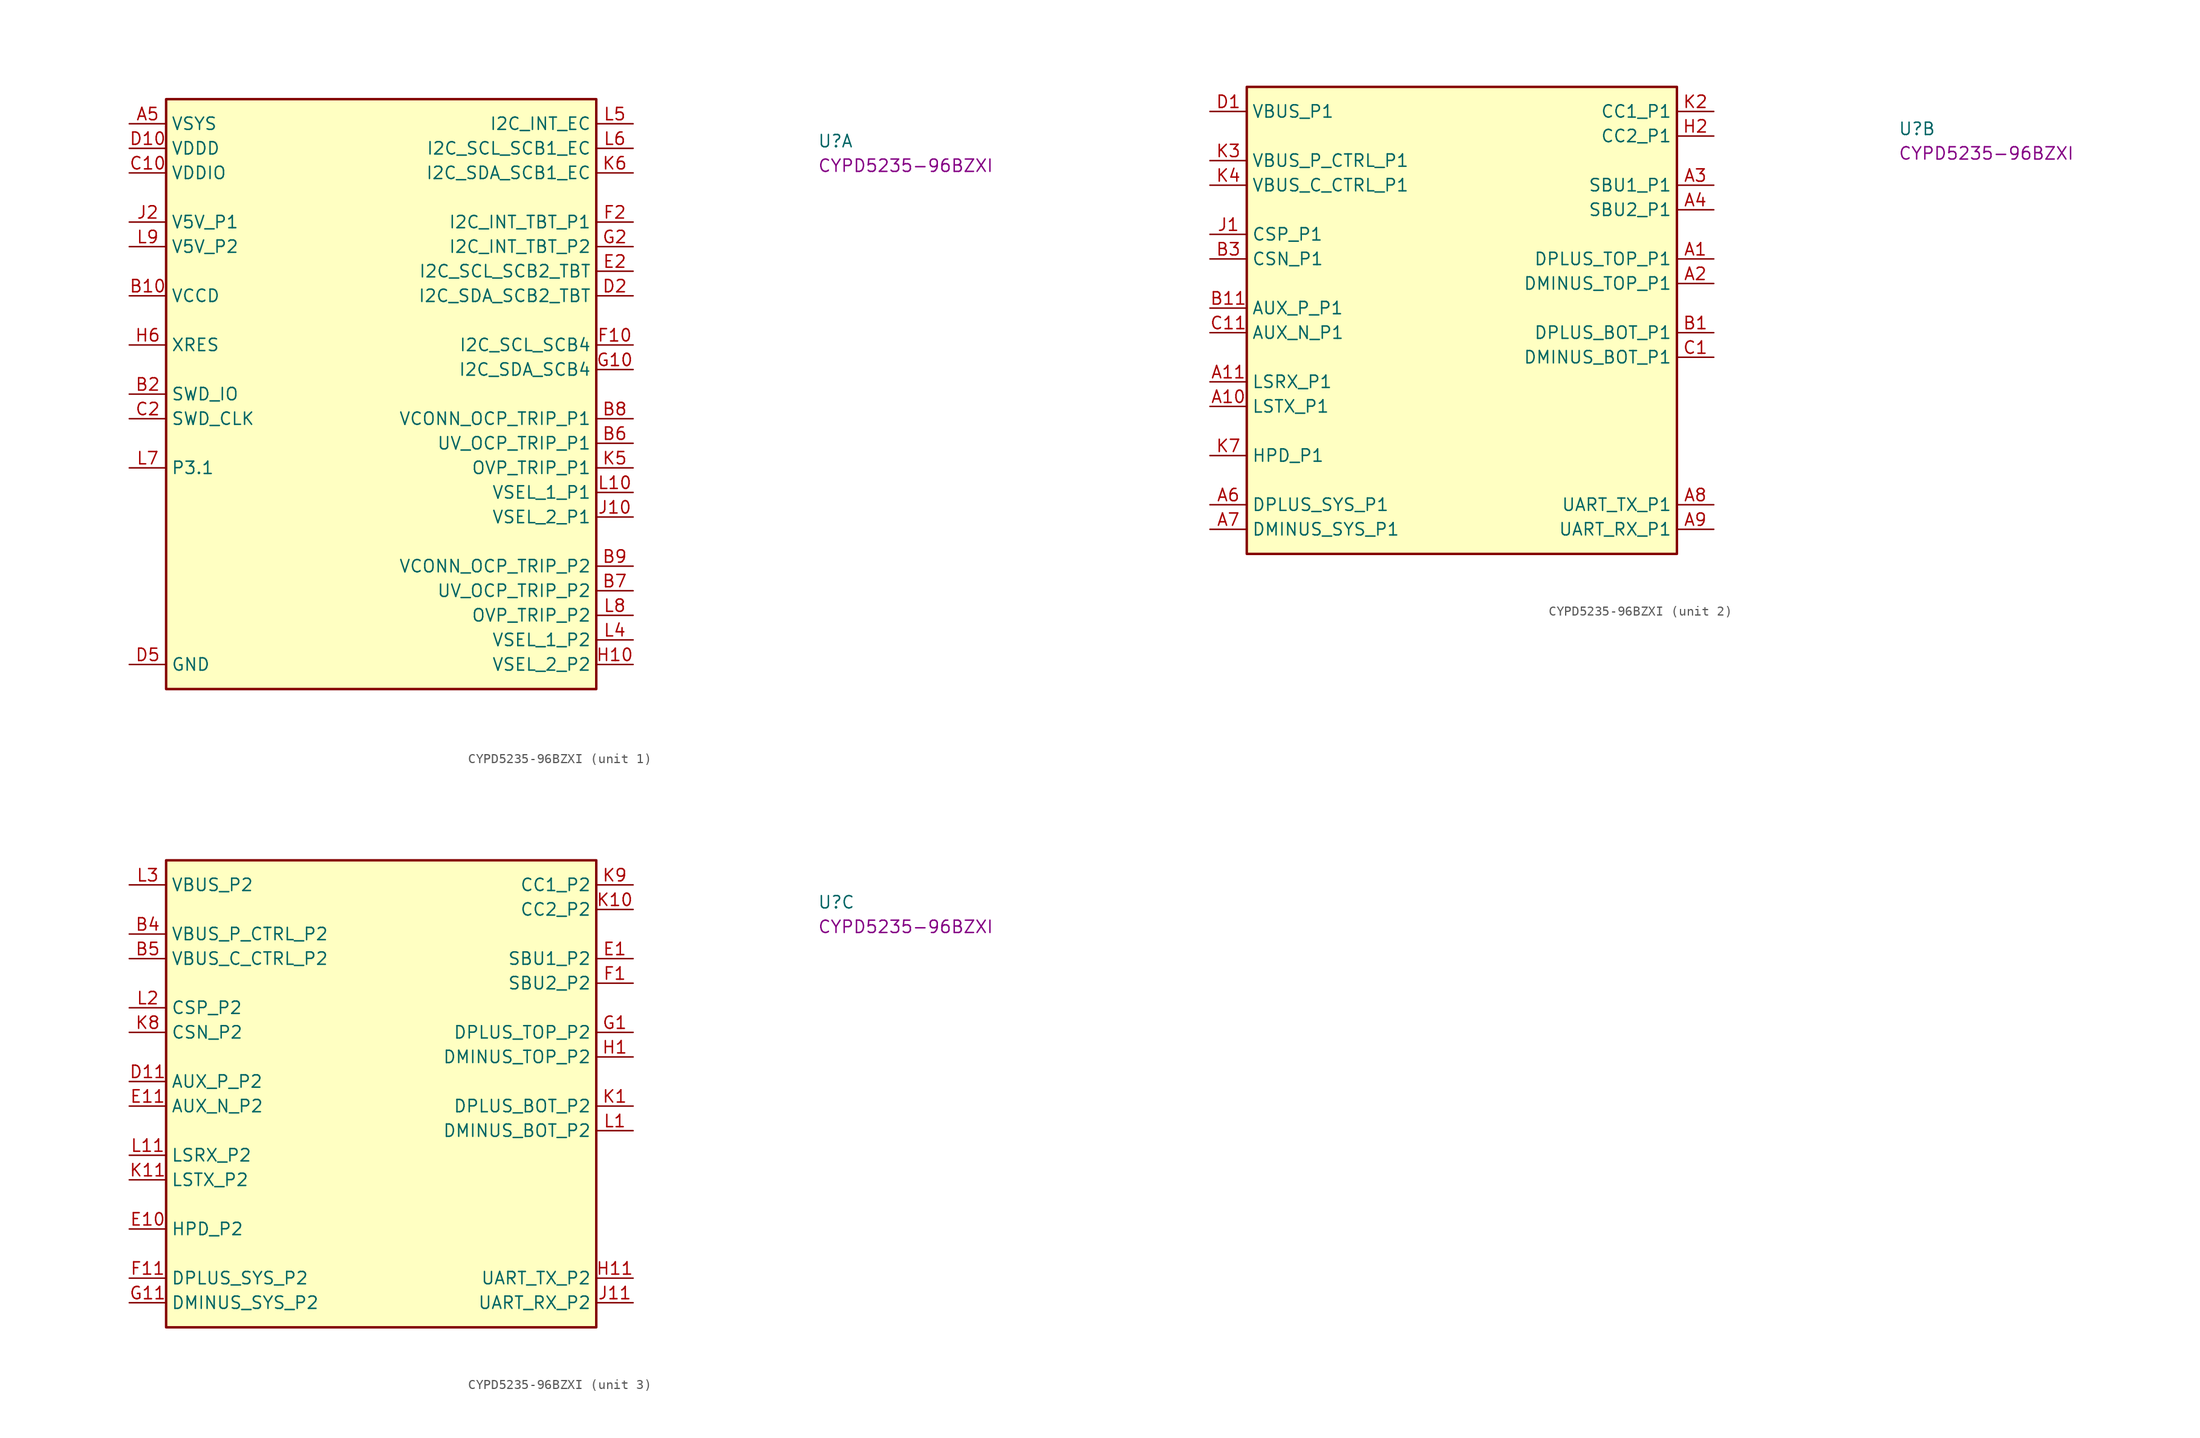
<source format=kicad_sym>
(kicad_symbol_lib
  (version 20220914)
  (generator kicad_symbol_editor)
  (symbol "CYPD5235-96BZXI"
    (property "Reference" "U"
      (at 71.12 -2.54 0)
      (effects (font (size 1.27 1.27) (thickness 0.15)) (justify left bottom)))
    (property "MPN" "CYPD5235-96BZXI"
      (at 71.12 -5.08 0)
      (effects (font (size 1.27 1.27) (thickness 0.15)) (justify left bottom)))
    (property "ki_locked" ""
      (at 0 0 0)
      (effects (font (size 1.27 1.27))))
    (symbol "CYPD5235-96BZXI_1_1"
      (rectangle (start 3.81 2.54) (end 48.26 -58.42) (stroke (width 0.254) (type default)) (fill (type background)))
      (pin power_in line (at 0 0 0) (length 3.81) (name "VSYS" (effects (font (size 1.27 1.27)))) (number "A5" (effects (font (size 1.27 1.27)))))
      (pin power_out line (at 0 -17.78 0) (length 3.81) (name "VCCD" (effects (font (size 1.27 1.27)))) (number "B10" (effects (font (size 1.27 1.27)))))
      (pin bidirectional line (at 0 -27.94 0) (length 3.81) (name "SWD_IO" (effects (font (size 1.27 1.27)))) (number "B2" (effects (font (size 1.27 1.27)))) (alternate "P1.6" passive line) (alternate "~{AR_RST}" passive line))
      (pin bidirectional line (at 52.07 -33.02 180) (length 3.81) (name "UV_OCP_TRIP_P1" (effects (font (size 1.27 1.27)))) (number "B6" (effects (font (size 1.27 1.27)))) (alternate "P1.4" passive line))
      (pin bidirectional line (at 52.07 -48.26 180) (length 3.81) (name "UV_OCP_TRIP_P2" (effects (font (size 1.27 1.27)))) (number "B7" (effects (font (size 1.27 1.27)))) (alternate "P1.5" passive line))
      (pin bidirectional line (at 52.07 -30.48 180) (length 3.81) (name "VCONN_OCP_TRIP_P1" (effects (font (size 1.27 1.27)))) (number "B8" (effects (font (size 1.27 1.27)))) (alternate "P3.5" passive line))
      (pin bidirectional line (at 52.07 -45.72 180) (length 3.81) (name "VCONN_OCP_TRIP_P2" (effects (font (size 1.27 1.27)))) (number "B9" (effects (font (size 1.27 1.27)))) (alternate "P3.3" passive line))
      (pin power_in line (at 0 -5.08 0) (length 3.81) (name "VDDIO" (effects (font (size 1.27 1.27)))) (number "C10" (effects (font (size 1.27 1.27)))))
      (pin bidirectional line (at 0 -30.48 0) (length 3.81) (name "SWD_CLK" (effects (font (size 1.27 1.27)))) (number "C2" (effects (font (size 1.27 1.27)))) (alternate "I2C_CFG_EC" passive line) (alternate "P1.0" passive line))
      (pin power_out line (at 0 -2.54 0) (length 3.81) (name "VDDD" (effects (font (size 1.27 1.27)))) (number "D10" (effects (font (size 1.27 1.27)))))
      (pin bidirectional line (at 52.07 -17.78 180) (length 3.81) (name "I2C_SDA_SCB2_TBT" (effects (font (size 1.27 1.27)))) (number "D2" (effects (font (size 1.27 1.27)))) (alternate "P1.1" passive line))
      (pin power_in line (at 0 -55.88 0) (length 3.81) (name "GND" (effects (font (size 1.27 1.27)))) (number "D5" (effects (font (size 1.27 1.27)))))
      (pin passive line (at 0 -55.88 0) (length 3.81) hide (name "GND" (effects (font (size 1.27 1.27)))) (number "D6" (effects (font (size 1.27 1.27)))))
      (pin passive line (at 0 -55.88 0) (length 3.81) hide (name "GND" (effects (font (size 1.27 1.27)))) (number "D7" (effects (font (size 1.27 1.27)))))
      (pin passive line (at 0 -55.88 0) (length 3.81) hide (name "GND" (effects (font (size 1.27 1.27)))) (number "D8" (effects (font (size 1.27 1.27)))))
      (pin bidirectional line (at 52.07 -15.24 180) (length 3.81) (name "I2C_SCL_SCB2_TBT" (effects (font (size 1.27 1.27)))) (number "E2" (effects (font (size 1.27 1.27)))) (alternate "P1.2" passive line))
      (pin passive line (at 0 -55.88 0) (length 3.81) hide (name "GND" (effects (font (size 1.27 1.27)))) (number "E4" (effects (font (size 1.27 1.27)))))
      (pin passive line (at 0 -55.88 0) (length 3.81) hide (name "GND" (effects (font (size 1.27 1.27)))) (number "E5" (effects (font (size 1.27 1.27)))))
      (pin passive line (at 0 -55.88 0) (length 3.81) hide (name "GND" (effects (font (size 1.27 1.27)))) (number "E6" (effects (font (size 1.27 1.27)))))
      (pin passive line (at 0 -55.88 0) (length 3.81) hide (name "GND" (effects (font (size 1.27 1.27)))) (number "E7" (effects (font (size 1.27 1.27)))))
      (pin passive line (at 0 -55.88 0) (length 3.81) hide (name "GND" (effects (font (size 1.27 1.27)))) (number "E8" (effects (font (size 1.27 1.27)))))
      (pin bidirectional line (at 52.07 -22.86 180) (length 3.81) (name "I2C_SCL_SCB4" (effects (font (size 1.27 1.27)))) (number "F10" (effects (font (size 1.27 1.27)))) (alternate "P2.3" passive line))
      (pin bidirectional line (at 52.07 -10.16 180) (length 3.81) (name "I2C_INT_TBT_P1" (effects (font (size 1.27 1.27)))) (number "F2" (effects (font (size 1.27 1.27)))) (alternate "P1.3" passive line))
      (pin passive line (at 0 -55.88 0) (length 3.81) hide (name "GND" (effects (font (size 1.27 1.27)))) (number "F4" (effects (font (size 1.27 1.27)))))
      (pin passive line (at 0 -55.88 0) (length 3.81) hide (name "GND" (effects (font (size 1.27 1.27)))) (number "F5" (effects (font (size 1.27 1.27)))))
      (pin passive line (at 0 -55.88 0) (length 3.81) hide (name "GND" (effects (font (size 1.27 1.27)))) (number "F6" (effects (font (size 1.27 1.27)))))
      (pin passive line (at 0 -55.88 0) (length 3.81) hide (name "GND" (effects (font (size 1.27 1.27)))) (number "F7" (effects (font (size 1.27 1.27)))))
      (pin passive line (at 0 -55.88 0) (length 3.81) hide (name "GND" (effects (font (size 1.27 1.27)))) (number "F8" (effects (font (size 1.27 1.27)))))
      (pin bidirectional line (at 52.07 -25.4 180) (length 3.81) (name "I2C_SDA_SCB4" (effects (font (size 1.27 1.27)))) (number "G10" (effects (font (size 1.27 1.27)))) (alternate "P3.2" passive line))
      (pin bidirectional line (at 52.07 -12.7 180) (length 3.81) (name "I2C_INT_TBT_P2" (effects (font (size 1.27 1.27)))) (number "G2" (effects (font (size 1.27 1.27)))) (alternate "P2.1" passive line))
      (pin passive line (at 0 -55.88 0) (length 3.81) hide (name "GND" (effects (font (size 1.27 1.27)))) (number "G4" (effects (font (size 1.27 1.27)))))
      (pin passive line (at 0 -55.88 0) (length 3.81) hide (name "GND" (effects (font (size 1.27 1.27)))) (number "G5" (effects (font (size 1.27 1.27)))))
      (pin passive line (at 0 -55.88 0) (length 3.81) hide (name "GND" (effects (font (size 1.27 1.27)))) (number "G6" (effects (font (size 1.27 1.27)))))
      (pin passive line (at 0 -55.88 0) (length 3.81) hide (name "GND" (effects (font (size 1.27 1.27)))) (number "G7" (effects (font (size 1.27 1.27)))))
      (pin no_connect line (at 3.81 -43.18 0) (length 3.81) hide (name "NC" (effects (font (size 1.27 1.27)))) (number "G8" (effects (font (size 1.27 1.27)))))
      (pin bidirectional line (at 52.07 -55.88 180) (length 3.81) (name "VSEL_2_P2" (effects (font (size 1.27 1.27)))) (number "H10" (effects (font (size 1.27 1.27)))) (alternate "P2.0" passive line))
      (pin no_connect line (at 3.81 -45.72 0) (length 3.81) hide (name "NC" (effects (font (size 1.27 1.27)))) (number "H4" (effects (font (size 1.27 1.27)))))
      (pin no_connect line (at 3.81 -48.26 0) (length 3.81) hide (name "NC" (effects (font (size 1.27 1.27)))) (number "H5" (effects (font (size 1.27 1.27)))))
      (pin input line (at 0 -22.86 0) (length 3.81) (name "XRES" (effects (font (size 1.27 1.27)))) (number "H6" (effects (font (size 1.27 1.27)))))
      (pin passive line (at 0 -55.88 0) (length 3.81) hide (name "GND" (effects (font (size 1.27 1.27)))) (number "H7" (effects (font (size 1.27 1.27)))))
      (pin no_connect line (at 3.81 -50.8 0) (length 3.81) hide (name "NC" (effects (font (size 1.27 1.27)))) (number "H8" (effects (font (size 1.27 1.27)))))
      (pin bidirectional line (at 52.07 -40.64 180) (length 3.81) (name "VSEL_2_P1" (effects (font (size 1.27 1.27)))) (number "J10" (effects (font (size 1.27 1.27)))) (alternate "P3.6" passive line) (alternate "VSEL_2_P1" passive line))
      (pin power_in line (at 0 -10.16 0) (length 3.81) (name "V5V_P1" (effects (font (size 1.27 1.27)))) (number "J2" (effects (font (size 1.27 1.27)))))
      (pin bidirectional line (at 52.07 -35.56 180) (length 3.81) (name "OVP_TRIP_P1" (effects (font (size 1.27 1.27)))) (number "K5" (effects (font (size 1.27 1.27)))) (alternate "OVP_TRIP_P1" passive line) (alternate "P2.4" passive line))
      (pin bidirectional line (at 52.07 -5.08 180) (length 3.81) (name "I2C_SDA_SCB1_EC" (effects (font (size 1.27 1.27)))) (number "K6" (effects (font (size 1.27 1.27)))) (alternate "P5.0" passive line))
      (pin bidirectional line (at 52.07 -38.1 180) (length 3.81) (name "VSEL_1_P1" (effects (font (size 1.27 1.27)))) (number "L10" (effects (font (size 1.27 1.27)))) (alternate "P3.7" passive line) (alternate "VSEL_1_P1" passive line))
      (pin bidirectional line (at 52.07 -53.34 180) (length 3.81) (name "VSEL_1_P2" (effects (font (size 1.27 1.27)))) (number "L4" (effects (font (size 1.27 1.27)))) (alternate "P0.0" passive line))
      (pin bidirectional line (at 52.07 0 180) (length 3.81) (name "I2C_INT_EC" (effects (font (size 1.27 1.27)))) (number "L5" (effects (font (size 1.27 1.27)))) (alternate "P2.5" passive line))
      (pin bidirectional line (at 52.07 -2.54 180) (length 3.81) (name "I2C_SCL_SCB1_EC" (effects (font (size 1.27 1.27)))) (number "L6" (effects (font (size 1.27 1.27)))) (alternate "P5.1" passive line))
      (pin bidirectional line (at 0 -35.56 0) (length 3.81) (name "P3.1" (effects (font (size 1.27 1.27)))) (number "L7" (effects (font (size 1.27 1.27)))))
      (pin bidirectional line (at 52.07 -50.8 180) (length 3.81) (name "OVP_TRIP_P2" (effects (font (size 1.27 1.27)))) (number "L8" (effects (font (size 1.27 1.27)))) (alternate "P2.2" passive line))
      (pin power_in line (at 0 -12.7 0) (length 3.81) (name "V5V_P2" (effects (font (size 1.27 1.27)))) (number "L9" (effects (font (size 1.27 1.27))))))
    (symbol "CYPD5235-96BZXI_2_1"
      (rectangle (start 3.81 2.54) (end 48.26 -45.72) (stroke (width 0.254) (type default)) (fill (type background)))
      (pin bidirectional line (at 52.07 -15.24 180) (length 3.81) (name "DPLUS_TOP_P1" (effects (font (size 1.27 1.27)))) (number "A1" (effects (font (size 1.27 1.27)))))
      (pin bidirectional line (at 0 -30.48 0) (length 3.81) (name "LSTX_P1" (effects (font (size 1.27 1.27)))) (number "A10" (effects (font (size 1.27 1.27)))))
      (pin bidirectional line (at 0 -27.94 0) (length 3.81) (name "LSRX_P1" (effects (font (size 1.27 1.27)))) (number "A11" (effects (font (size 1.27 1.27)))))
      (pin bidirectional line (at 52.07 -17.78 180) (length 3.81) (name "DMINUS_TOP_P1" (effects (font (size 1.27 1.27)))) (number "A2" (effects (font (size 1.27 1.27)))))
      (pin bidirectional line (at 52.07 -7.62 180) (length 3.81) (name "SBU1_P1" (effects (font (size 1.27 1.27)))) (number "A3" (effects (font (size 1.27 1.27)))))
      (pin bidirectional line (at 52.07 -10.16 180) (length 3.81) (name "SBU2_P1" (effects (font (size 1.27 1.27)))) (number "A4" (effects (font (size 1.27 1.27)))))
      (pin bidirectional line (at 0 -40.64 0) (length 3.81) (name "DPLUS_SYS_P1" (effects (font (size 1.27 1.27)))) (number "A6" (effects (font (size 1.27 1.27)))))
      (pin bidirectional line (at 0 -43.18 0) (length 3.81) (name "DMINUS_SYS_P1" (effects (font (size 1.27 1.27)))) (number "A7" (effects (font (size 1.27 1.27)))))
      (pin bidirectional line (at 52.07 -40.64 180) (length 3.81) (name "UART_TX_P1" (effects (font (size 1.27 1.27)))) (number "A8" (effects (font (size 1.27 1.27)))) (alternate "P4.0" passive line))
      (pin bidirectional line (at 52.07 -43.18 180) (length 3.81) (name "UART_RX_P1" (effects (font (size 1.27 1.27)))) (number "A9" (effects (font (size 1.27 1.27)))) (alternate "P4.1" passive line))
      (pin bidirectional line (at 52.07 -22.86 180) (length 3.81) (name "DPLUS_BOT_P1" (effects (font (size 1.27 1.27)))) (number "B1" (effects (font (size 1.27 1.27)))))
      (pin bidirectional line (at 0 -20.32 0) (length 3.81) (name "AUX_P_P1" (effects (font (size 1.27 1.27)))) (number "B11" (effects (font (size 1.27 1.27)))))
      (pin input line (at 0 -15.24 0) (length 3.81) (name "CSN_P1" (effects (font (size 1.27 1.27)))) (number "B3" (effects (font (size 1.27 1.27)))))
      (pin bidirectional line (at 52.07 -25.4 180) (length 3.81) (name "DMINUS_BOT_P1" (effects (font (size 1.27 1.27)))) (number "C1" (effects (font (size 1.27 1.27)))))
      (pin bidirectional line (at 0 -22.86 0) (length 3.81) (name "AUX_N_P1" (effects (font (size 1.27 1.27)))) (number "C11" (effects (font (size 1.27 1.27)))))
      (pin power_in line (at 0 0 0) (length 3.81) (name "VBUS_P1" (effects (font (size 1.27 1.27)))) (number "D1" (effects (font (size 1.27 1.27)))))
      (pin passive line (at 52.07 -2.54 180) (length 3.81) (name "CC2_P1" (effects (font (size 1.27 1.27)))) (number "H2" (effects (font (size 1.27 1.27)))))
      (pin input line (at 0 -12.7 0) (length 3.81) (name "CSP_P1" (effects (font (size 1.27 1.27)))) (number "J1" (effects (font (size 1.27 1.27)))))
      (pin passive line (at 52.07 0 180) (length 3.81) (name "CC1_P1" (effects (font (size 1.27 1.27)))) (number "K2" (effects (font (size 1.27 1.27)))))
      (pin bidirectional line (at 0 -5.08 0) (length 3.81) (name "VBUS_P_CTRL_P1" (effects (font (size 1.27 1.27)))) (number "K3" (effects (font (size 1.27 1.27)))))
      (pin bidirectional line (at 0 -7.62 0) (length 3.81) (name "VBUS_C_CTRL_P1" (effects (font (size 1.27 1.27)))) (number "K4" (effects (font (size 1.27 1.27)))))
      (pin bidirectional line (at 0 -35.56 0) (length 3.81) (name "HPD_P1" (effects (font (size 1.27 1.27)))) (number "K7" (effects (font (size 1.27 1.27)))) (alternate "P3.0" passive line)))
    (symbol "CYPD5235-96BZXI_3_1"
      (rectangle (start 3.81 2.54) (end 48.26 -45.72) (stroke (width 0.254) (type default)) (fill (type background)))
      (pin bidirectional line (at 0 -5.08 0) (length 3.81) (name "VBUS_P_CTRL_P2" (effects (font (size 1.27 1.27)))) (number "B4" (effects (font (size 1.27 1.27)))))
      (pin bidirectional line (at 0 -7.62 0) (length 3.81) (name "VBUS_C_CTRL_P2" (effects (font (size 1.27 1.27)))) (number "B5" (effects (font (size 1.27 1.27)))))
      (pin bidirectional line (at 0 -20.32 0) (length 3.81) (name "AUX_P_P2" (effects (font (size 1.27 1.27)))) (number "D11" (effects (font (size 1.27 1.27)))))
      (pin bidirectional line (at 52.07 -7.62 180) (length 3.81) (name "SBU1_P2" (effects (font (size 1.27 1.27)))) (number "E1" (effects (font (size 1.27 1.27)))))
      (pin bidirectional line (at 0 -35.56 0) (length 3.81) (name "HPD_P2" (effects (font (size 1.27 1.27)))) (number "E10" (effects (font (size 1.27 1.27)))) (alternate "P3.4" passive line))
      (pin bidirectional line (at 0 -22.86 0) (length 3.81) (name "AUX_N_P2" (effects (font (size 1.27 1.27)))) (number "E11" (effects (font (size 1.27 1.27)))))
      (pin bidirectional line (at 52.07 -10.16 180) (length 3.81) (name "SBU2_P2" (effects (font (size 1.27 1.27)))) (number "F1" (effects (font (size 1.27 1.27)))))
      (pin bidirectional line (at 0 -40.64 0) (length 3.81) (name "DPLUS_SYS_P2" (effects (font (size 1.27 1.27)))) (number "F11" (effects (font (size 1.27 1.27)))))
      (pin bidirectional line (at 52.07 -15.24 180) (length 3.81) (name "DPLUS_TOP_P2" (effects (font (size 1.27 1.27)))) (number "G1" (effects (font (size 1.27 1.27)))))
      (pin bidirectional line (at 0 -43.18 0) (length 3.81) (name "DMINUS_SYS_P2" (effects (font (size 1.27 1.27)))) (number "G11" (effects (font (size 1.27 1.27)))))
      (pin bidirectional line (at 52.07 -17.78 180) (length 3.81) (name "DMINUS_TOP_P2" (effects (font (size 1.27 1.27)))) (number "H1" (effects (font (size 1.27 1.27)))))
      (pin bidirectional line (at 52.07 -40.64 180) (length 3.81) (name "UART_TX_P2" (effects (font (size 1.27 1.27)))) (number "H11" (effects (font (size 1.27 1.27)))) (alternate "P0.1" passive line))
      (pin bidirectional line (at 52.07 -43.18 180) (length 3.81) (name "UART_RX_P2" (effects (font (size 1.27 1.27)))) (number "J11" (effects (font (size 1.27 1.27)))) (alternate "P0.2" passive line))
      (pin bidirectional line (at 52.07 -22.86 180) (length 3.81) (name "DPLUS_BOT_P2" (effects (font (size 1.27 1.27)))) (number "K1" (effects (font (size 1.27 1.27)))))
      (pin passive line (at 52.07 -2.54 180) (length 3.81) (name "CC2_P2" (effects (font (size 1.27 1.27)))) (number "K10" (effects (font (size 1.27 1.27)))))
      (pin bidirectional line (at 0 -30.48 0) (length 3.81) (name "LSTX_P2" (effects (font (size 1.27 1.27)))) (number "K11" (effects (font (size 1.27 1.27)))))
      (pin input line (at 0 -15.24 0) (length 3.81) (name "CSN_P2" (effects (font (size 1.27 1.27)))) (number "K8" (effects (font (size 1.27 1.27)))))
      (pin passive line (at 52.07 0 180) (length 3.81) (name "CC1_P2" (effects (font (size 1.27 1.27)))) (number "K9" (effects (font (size 1.27 1.27)))))
      (pin bidirectional line (at 52.07 -25.4 180) (length 3.81) (name "DMINUS_BOT_P2" (effects (font (size 1.27 1.27)))) (number "L1" (effects (font (size 1.27 1.27)))))
      (pin bidirectional line (at 0 -27.94 0) (length 3.81) (name "LSRX_P2" (effects (font (size 1.27 1.27)))) (number "L11" (effects (font (size 1.27 1.27)))))
      (pin input line (at 0 -12.7 0) (length 3.81) (name "CSP_P2" (effects (font (size 1.27 1.27)))) (number "L2" (effects (font (size 1.27 1.27)))))
      (pin power_in line (at 0 0 0) (length 3.81) (name "VBUS_P2" (effects (font (size 1.27 1.27)))) (number "L3" (effects (font (size 1.27 1.27))))))))
</source>
